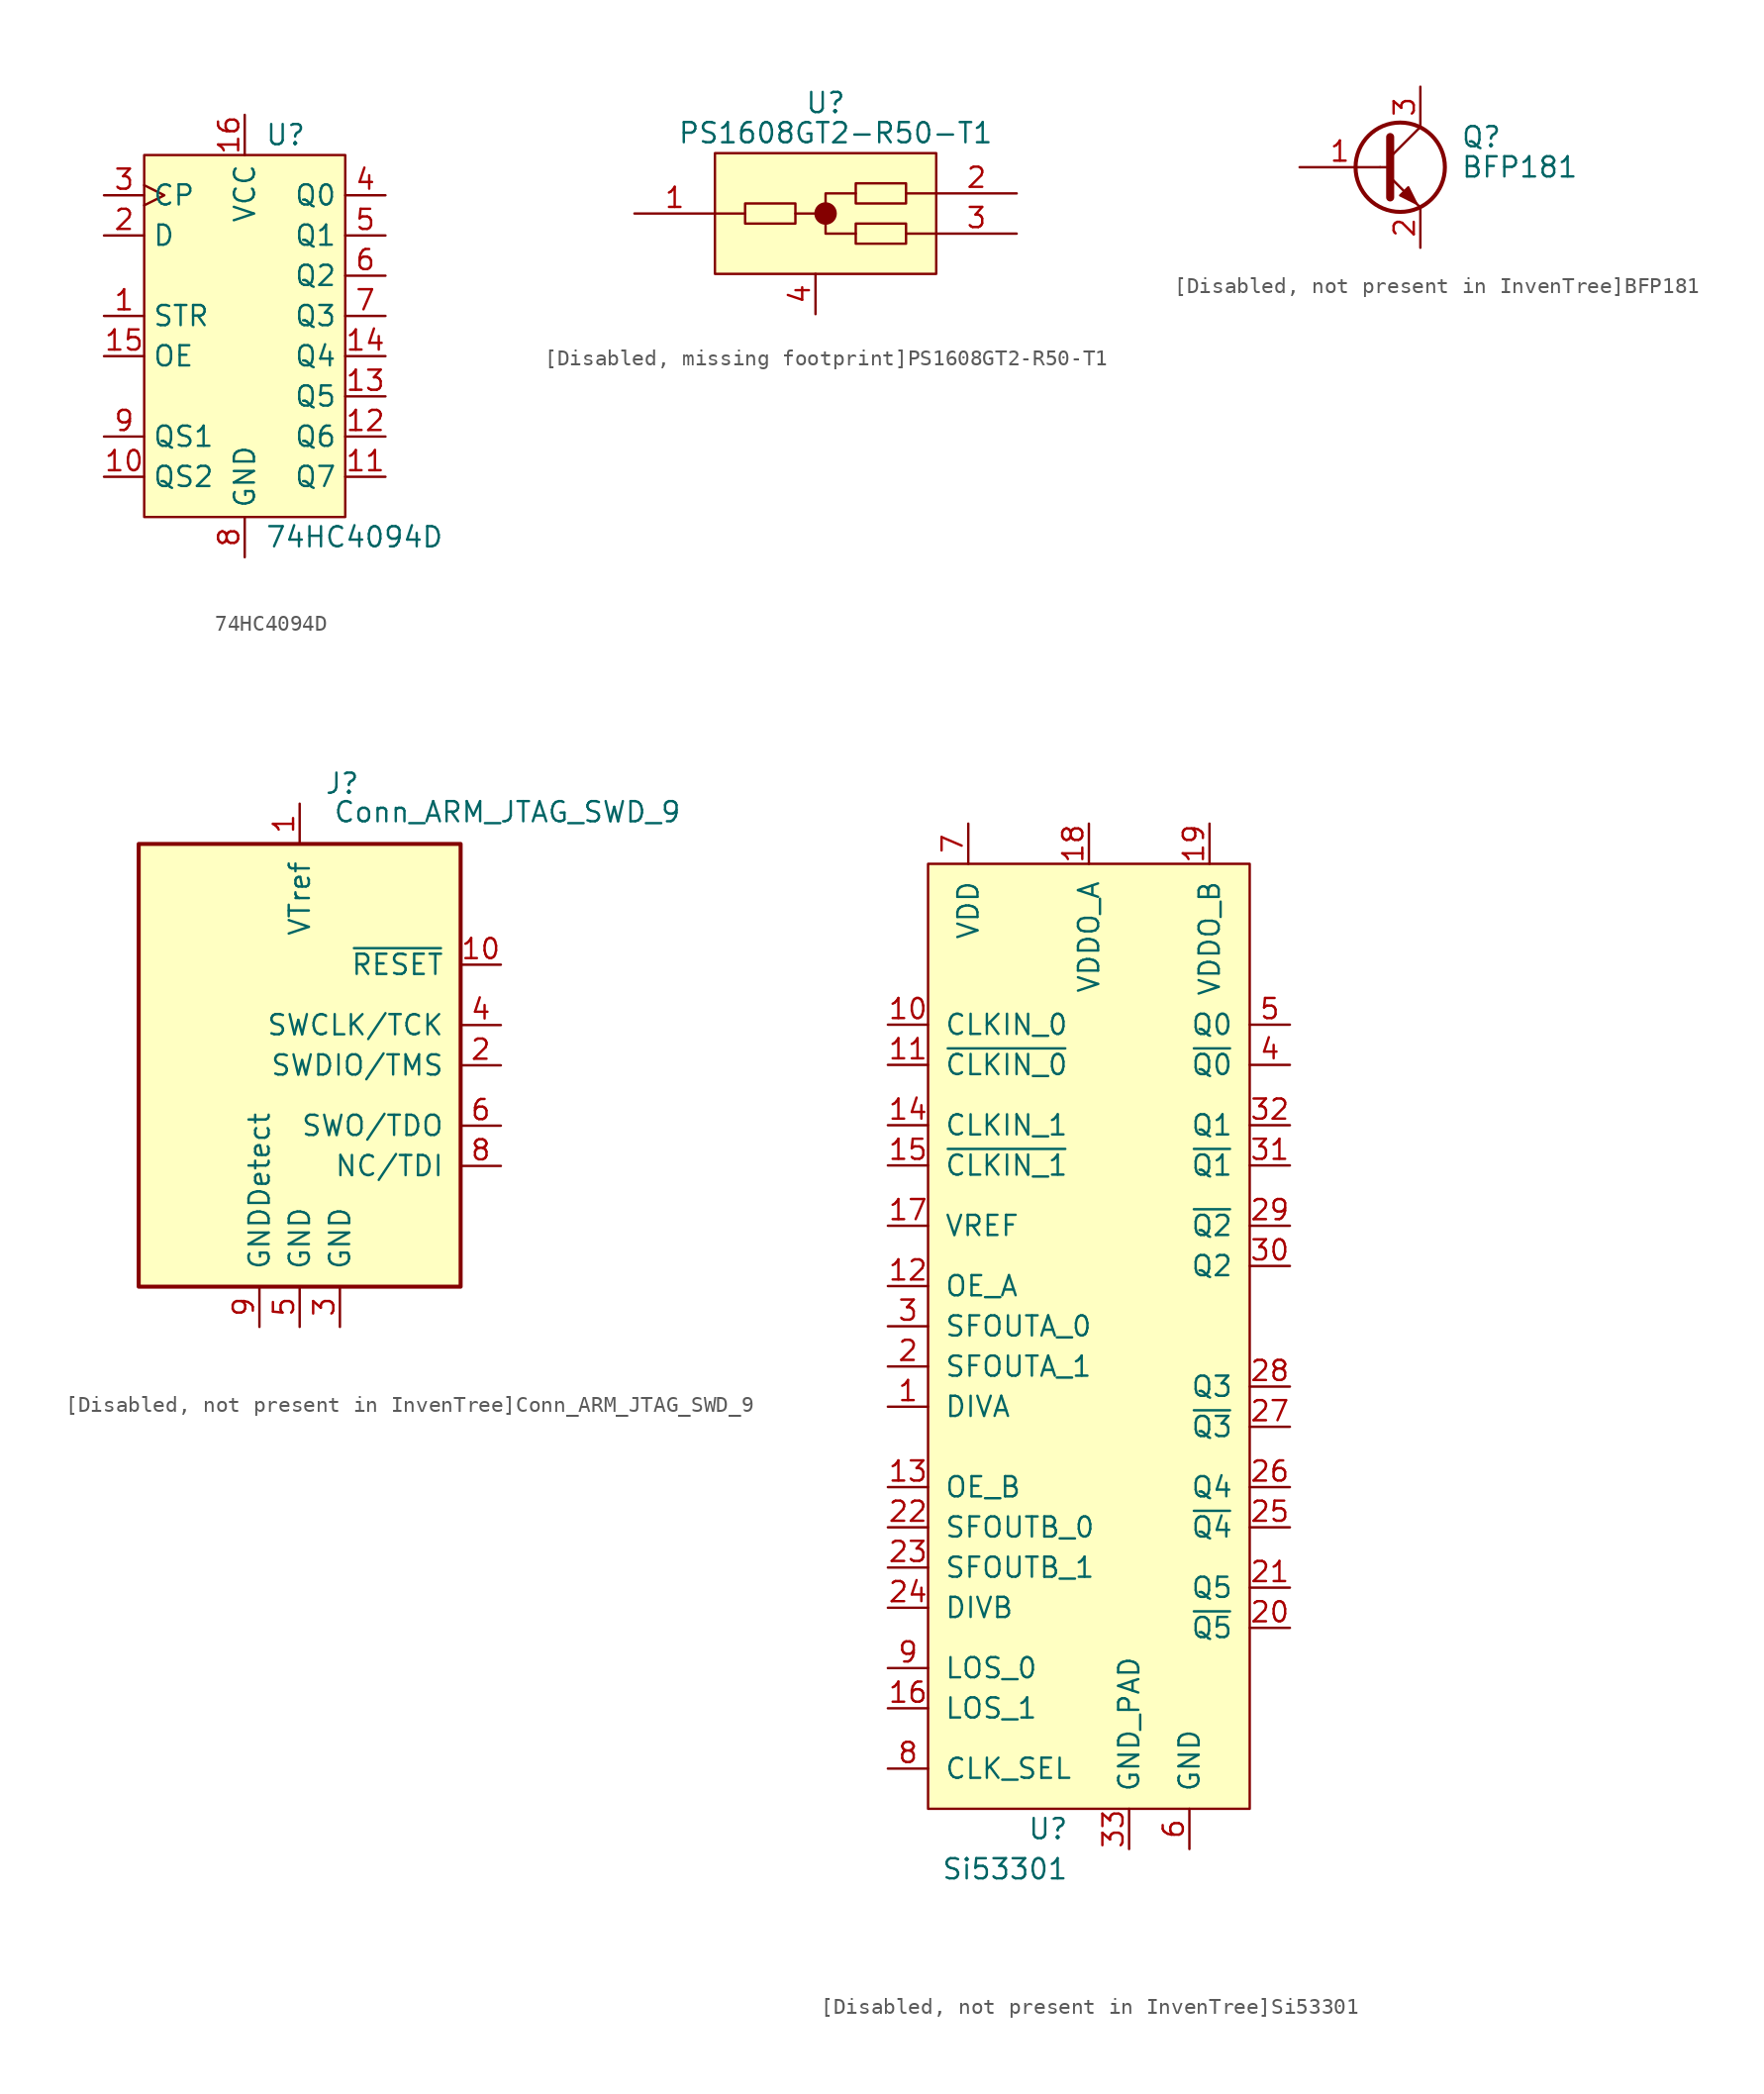
<source format=kicad_sym>
(kicad_symbol_lib
  (version 20220914)
  (generator kicad_symbol_editor)
  (symbol "74HC4094D"
    (property "Reference" "U"
      (at 1.27 12.7 0)
      (effects (font (size 1.27 1.27)) (justify left)))
    (property "Value" "74HC4094D"
      (at 1.27 -12.7 0)
      (effects (font (size 1.27 1.27)) (justify left)))
    (symbol "74HC4094D_0_1"
      (rectangle (start -6.35 11.43) (end 6.35 -11.43) (stroke (width 0.152) (type default)) (fill (type background))))
    (symbol "74HC4094D_1_1"
      (pin input line (at -8.89 1.27 0) (length 2.54) (name "STR" (effects (font (size 1.27 1.27)))) (number "1" (effects (font (size 1.27 1.27)))))
      (pin output line (at -8.89 -8.89 0) (length 2.54) (name "QS2" (effects (font (size 1.27 1.27)))) (number "10" (effects (font (size 1.27 1.27)))))
      (pin output line (at 8.89 -8.89 180) (length 2.54) (name "Q7" (effects (font (size 1.27 1.27)))) (number "11" (effects (font (size 1.27 1.27)))))
      (pin output line (at 8.89 -6.35 180) (length 2.54) (name "Q6" (effects (font (size 1.27 1.27)))) (number "12" (effects (font (size 1.27 1.27)))))
      (pin output line (at 8.89 -3.81 180) (length 2.54) (name "Q5" (effects (font (size 1.27 1.27)))) (number "13" (effects (font (size 1.27 1.27)))))
      (pin output line (at 8.89 -1.27 180) (length 2.54) (name "Q4" (effects (font (size 1.27 1.27)))) (number "14" (effects (font (size 1.27 1.27)))))
      (pin input line (at -8.89 -1.27 0) (length 2.54) (name "OE" (effects (font (size 1.27 1.27)))) (number "15" (effects (font (size 1.27 1.27)))))
      (pin power_in line (at 0 13.97 270) (length 2.54) (name "VCC" (effects (font (size 1.27 1.27)))) (number "16" (effects (font (size 1.27 1.27)))))
      (pin input line (at -8.89 6.35 0) (length 2.54) (name "D" (effects (font (size 1.27 1.27)))) (number "2" (effects (font (size 1.27 1.27)))))
      (pin input clock (at -8.89 8.89 0) (length 2.54) (name "CP" (effects (font (size 1.27 1.27)))) (number "3" (effects (font (size 1.27 1.27)))))
      (pin output line (at 8.89 8.89 180) (length 2.54) (name "Q0" (effects (font (size 1.27 1.27)))) (number "4" (effects (font (size 1.27 1.27)))))
      (pin output line (at 8.89 6.35 180) (length 2.54) (name "Q1" (effects (font (size 1.27 1.27)))) (number "5" (effects (font (size 1.27 1.27)))))
      (pin output line (at 8.89 3.81 180) (length 2.54) (name "Q2" (effects (font (size 1.27 1.27)))) (number "6" (effects (font (size 1.27 1.27)))))
      (pin output line (at 8.89 1.27 180) (length 2.54) (name "Q3" (effects (font (size 1.27 1.27)))) (number "7" (effects (font (size 1.27 1.27)))))
      (pin power_in line (at 0 -13.97 90) (length 2.54) (name "GND" (effects (font (size 1.27 1.27)))) (number "8" (effects (font (size 1.27 1.27)))))
      (pin output line (at -8.89 -6.35 0) (length 2.54) (name "QS1" (effects (font (size 1.27 1.27)))) (number "9" (effects (font (size 1.27 1.27)))))))
  (symbol "[Disabled, missing footprint]PS1608GT2-R50-T1"
    (pin_names
      (offset 0))
    (property "Reference" "U"
      (at 0.635 6.985 0)
      (effects (font (size 1.27 1.27))))
    (property "Value" "PS1608GT2-R50-T1"
      (at 1.27 5.08 0)
      (effects (font (size 1.27 1.27))))
    (symbol "[Disabled, missing footprint]PS1608GT2-R50-T1_0_1"
      (rectangle (start -6.35 3.81) (end 7.62 -3.81) (stroke (width 0) (type solid)) (fill (type background)))
      (rectangle (start -4.445 0.635) (end -1.27 -0.635) (stroke (width 0) (type solid)) (fill (type none)))
      (polyline (pts (xy -6.35 0) (xy -4.445 0)) (stroke (width 0) (type solid)) (fill (type none)))
      (polyline (pts (xy 5.715 -1.27) (xy 7.62 -1.27)) (stroke (width 0) (type solid)) (fill (type none)))
      (polyline (pts (xy 5.715 1.27) (xy 7.62 1.27)) (stroke (width 0) (type solid)) (fill (type none)))
      (polyline (pts (xy 2.54 -1.27) (xy 0.635 -1.27) (xy 0.635 0)) (stroke (width 0) (type solid)) (fill (type none)))
      (polyline (pts (xy -1.27 0) (xy 0.635 0) (xy 0.635 1.27) (xy 2.54 1.27)) (stroke (width 0) (type solid)) (fill (type none)))
      (circle (center 0.635 0) (radius 0.0001) (stroke (width 0.711) (type solid)) (fill (type none)))
      (rectangle (start 2.54 -0.635) (end 5.715 -1.905) (stroke (width 0) (type solid)) (fill (type none)))
      (rectangle (start 2.54 1.905) (end 5.715 0.635) (stroke (width 0) (type solid)) (fill (type none))))
    (symbol "[Disabled, missing footprint]PS1608GT2-R50-T1_1_1"
      (pin passive line (at -11.43 0 0) (length 5.08) (name "~" (effects (font (size 1.27 1.27)))) (number "1" (effects (font (size 1.27 1.27)))))
      (pin passive line (at 12.7 1.27 180) (length 5.08) (name "~" (effects (font (size 1.27 1.27)))) (number "2" (effects (font (size 1.27 1.27)))))
      (pin passive line (at 12.7 -1.27 180) (length 5.08) (name "~" (effects (font (size 1.27 1.27)))) (number "3" (effects (font (size 1.27 1.27)))))
      (pin passive line (at 0 -6.35 90) (length 2.54) (name "~" (effects (font (size 1.27 1.27)))) (number "4" (effects (font (size 1.27 1.27)))))))
  (symbol "[Disabled, not present in InvenTree]BFP181"
    (pin_names
      (offset 0) hide)
    (property "Reference" "Q"
      (at 5.08 1.905 0)
      (effects (font (size 1.27 1.27)) (justify left)))
    (property "Value" "BFP181"
      (at 5.08 0 0)
      (effects (font (size 1.27 1.27)) (justify left)))
    (symbol "[Disabled, not present in InvenTree]BFP181_0_1"
      (polyline (pts (xy 0 0) (xy 0.635 0)) (stroke (width 0) (type default)) (fill (type none)))
      (polyline (pts (xy 0.635 0.635) (xy 2.54 2.54)) (stroke (width 0) (type default)) (fill (type none)))
      (polyline (pts (xy 2.54 -2.54) (xy 0.635 -0.635)) (stroke (width 0) (type default)) (fill (type none)))
      (polyline (pts (xy 0.635 1.905) (xy 0.635 0) (xy 0.635 -1.905) (xy 0.635 -1.905)) (stroke (width 0.508) (type default)) (fill (type none)))
      (polyline (pts (xy 2.286 -2.286) (xy 1.778 -1.27) (xy 1.27 -1.778) (xy 2.286 -2.286) (xy 2.286 -2.286)) (stroke (width 0) (type default)) (fill (type outline)))
      (circle (center 1.27 0) (radius 2.819) (stroke (width 0.254) (type default)) (fill (type none))))
    (symbol "[Disabled, not present in InvenTree]BFP181_1_1"
      (pin input line (at -5.08 0 0) (length 5.08) (name "B" (effects (font (size 1.27 1.27)))) (number "1" (effects (font (size 1.27 1.27)))))
      (pin passive line (at 2.54 -5.08 90) (length 2.54) (name "E" (effects (font (size 1.27 1.27)))) (number "2" (effects (font (size 1.27 1.27)))))
      (pin passive line (at 2.54 5.08 270) (length 2.54) (name "C" (effects (font (size 1.27 1.27)))) (number "3" (effects (font (size 1.27 1.27)))))))
  (symbol "[Disabled, not present in InvenTree]Conn_ARM_JTAG_SWD_9"
    (pin_names
      (offset 1.016))
    (property "Reference" "J"
      (at 3.81 17.78 0)
      (effects (font (size 1.27 1.27)) (justify right)))
    (property "Value" "Conn_ARM_JTAG_SWD_9"
      (at 24.13 15.24 0)
      (effects (font (size 1.27 1.27)) (justify right bottom)))
    (symbol "[Disabled, not present in InvenTree]Conn_ARM_JTAG_SWD_9_0_1"
      (rectangle (start -10.16 13.97) (end 10.16 -13.97) (stroke (width 0.254) (type default)) (fill (type background))))
    (symbol "[Disabled, not present in InvenTree]Conn_ARM_JTAG_SWD_9_1_1"
      (pin power_in line (at 0 16.51 270) (length 2.54) (name "VTref" (effects (font (size 1.27 1.27)))) (number "1" (effects (font (size 1.27 1.27)))))
      (pin open_collector line (at 12.7 6.35 180) (length 2.54) (name "~{RESET}" (effects (font (size 1.27 1.27)))) (number "10" (effects (font (size 1.27 1.27)))))
      (pin bidirectional line (at 12.7 0 180) (length 2.54) (name "SWDIO/TMS" (effects (font (size 1.27 1.27)))) (number "2" (effects (font (size 1.27 1.27)))))
      (pin power_in line (at 2.54 -16.51 90) (length 2.54) (name "GND" (effects (font (size 1.27 1.27)))) (number "3" (effects (font (size 1.27 1.27)))))
      (pin output line (at 12.7 2.54 180) (length 2.54) (name "SWCLK/TCK" (effects (font (size 1.27 1.27)))) (number "4" (effects (font (size 1.27 1.27)))))
      (pin passive line (at 0 -16.51 90) (length 2.54) (name "GND" (effects (font (size 1.27 1.27)))) (number "5" (effects (font (size 1.27 1.27)))))
      (pin input line (at 12.7 -3.81 180) (length 2.54) (name "SWO/TDO" (effects (font (size 1.27 1.27)))) (number "6" (effects (font (size 1.27 1.27)))))
      (pin output line (at 12.7 -6.35 180) (length 2.54) (name "NC/TDI" (effects (font (size 1.27 1.27)))) (number "8" (effects (font (size 1.27 1.27)))))
      (pin passive line (at -2.54 -16.51 90) (length 2.54) (name "GNDDetect" (effects (font (size 1.27 1.27)))) (number "9" (effects (font (size 1.27 1.27)))))))
  (symbol "[Disabled, not present in InvenTree]Si53301"
    (pin_names
      (offset 1.016))
    (property "Reference" "U"
      (at -1.27 -30.48 0)
      (effects (font (size 1.27 1.27)) (justify right)))
    (property "Value" "Si53301"
      (at -1.27 -33.02 0)
      (effects (font (size 1.27 1.27)) (justify right)))
    (symbol "[Disabled, not present in InvenTree]Si53301_0_1"
      (rectangle (start -10.16 30.48) (end 10.16 -29.21) (stroke (width 0) (type default)) (fill (type background))))
    (symbol "[Disabled, not present in InvenTree]Si53301_1_1"
      (pin input line (at -12.7 -3.81 0) (length 2.54) (name "DIVA" (effects (font (size 1.27 1.27)))) (number "1" (effects (font (size 1.27 1.27)))))
      (pin input line (at -12.7 20.32 0) (length 2.54) (name "CLKIN_0" (effects (font (size 1.27 1.27)))) (number "10" (effects (font (size 1.27 1.27)))))
      (pin input line (at -12.7 17.78 0) (length 2.54) (name "~{CLKIN_0}" (effects (font (size 1.27 1.27)))) (number "11" (effects (font (size 1.27 1.27)))))
      (pin input line (at -12.7 3.81 0) (length 2.54) (name "OE_A" (effects (font (size 1.27 1.27)))) (number "12" (effects (font (size 1.27 1.27)))))
      (pin input line (at -12.7 -8.89 0) (length 2.54) (name "OE_B" (effects (font (size 1.27 1.27)))) (number "13" (effects (font (size 1.27 1.27)))))
      (pin input line (at -12.7 13.97 0) (length 2.54) (name "CLKIN_1" (effects (font (size 1.27 1.27)))) (number "14" (effects (font (size 1.27 1.27)))))
      (pin input line (at -12.7 11.43 0) (length 2.54) (name "~{CLKIN_1}" (effects (font (size 1.27 1.27)))) (number "15" (effects (font (size 1.27 1.27)))))
      (pin output line (at -12.7 -22.86 0) (length 2.54) (name "LOS_1" (effects (font (size 1.27 1.27)))) (number "16" (effects (font (size 1.27 1.27)))))
      (pin power_out line (at -12.7 7.62 0) (length 2.54) (name "VREF" (effects (font (size 1.27 1.27)))) (number "17" (effects (font (size 1.27 1.27)))))
      (pin power_in line (at 0 33.02 270) (length 2.54) (name "VDDO_A" (effects (font (size 1.27 1.27)))) (number "18" (effects (font (size 1.27 1.27)))))
      (pin power_in line (at 7.62 33.02 270) (length 2.54) (name "VDDO_B" (effects (font (size 1.27 1.27)))) (number "19" (effects (font (size 1.27 1.27)))))
      (pin input line (at -12.7 -1.27 0) (length 2.54) (name "SFOUTA_1" (effects (font (size 1.27 1.27)))) (number "2" (effects (font (size 1.27 1.27)))))
      (pin output line (at 12.7 -17.78 180) (length 2.54) (name "~{Q5}" (effects (font (size 1.27 1.27)))) (number "20" (effects (font (size 1.27 1.27)))))
      (pin output line (at 12.7 -15.24 180) (length 2.54) (name "Q5" (effects (font (size 1.27 1.27)))) (number "21" (effects (font (size 1.27 1.27)))))
      (pin input line (at -12.7 -11.43 0) (length 2.54) (name "SFOUTB_0" (effects (font (size 1.27 1.27)))) (number "22" (effects (font (size 1.27 1.27)))))
      (pin input line (at -12.7 -13.97 0) (length 2.54) (name "SFOUTB_1" (effects (font (size 1.27 1.27)))) (number "23" (effects (font (size 1.27 1.27)))))
      (pin input line (at -12.7 -16.51 0) (length 2.54) (name "DIVB" (effects (font (size 1.27 1.27)))) (number "24" (effects (font (size 1.27 1.27)))))
      (pin output line (at 12.7 -11.43 180) (length 2.54) (name "~{Q4}" (effects (font (size 1.27 1.27)))) (number "25" (effects (font (size 1.27 1.27)))))
      (pin output line (at 12.7 -8.89 180) (length 2.54) (name "Q4" (effects (font (size 1.27 1.27)))) (number "26" (effects (font (size 1.27 1.27)))))
      (pin output line (at 12.7 -5.08 180) (length 2.54) (name "~{Q3}" (effects (font (size 1.27 1.27)))) (number "27" (effects (font (size 1.27 1.27)))))
      (pin output line (at 12.7 -2.54 180) (length 2.54) (name "Q3" (effects (font (size 1.27 1.27)))) (number "28" (effects (font (size 1.27 1.27)))))
      (pin output line (at 12.7 7.62 180) (length 2.54) (name "~{Q2}" (effects (font (size 1.27 1.27)))) (number "29" (effects (font (size 1.27 1.27)))))
      (pin input line (at -12.7 1.27 0) (length 2.54) (name "SFOUTA_0" (effects (font (size 1.27 1.27)))) (number "3" (effects (font (size 1.27 1.27)))))
      (pin output line (at 12.7 5.08 180) (length 2.54) (name "Q2" (effects (font (size 1.27 1.27)))) (number "30" (effects (font (size 1.27 1.27)))))
      (pin output line (at 12.7 11.43 180) (length 2.54) (name "~{Q1}" (effects (font (size 1.27 1.27)))) (number "31" (effects (font (size 1.27 1.27)))))
      (pin output line (at 12.7 13.97 180) (length 2.54) (name "Q1" (effects (font (size 1.27 1.27)))) (number "32" (effects (font (size 1.27 1.27)))))
      (pin power_in line (at 2.54 -31.75 90) (length 2.54) (name "GND_PAD" (effects (font (size 1.27 1.27)))) (number "33" (effects (font (size 1.27 1.27)))))
      (pin output line (at 12.7 17.78 180) (length 2.54) (name "~{Q0}" (effects (font (size 1.27 1.27)))) (number "4" (effects (font (size 1.27 1.27)))))
      (pin output line (at 12.7 20.32 180) (length 2.54) (name "Q0" (effects (font (size 1.27 1.27)))) (number "5" (effects (font (size 1.27 1.27)))))
      (pin power_in line (at 6.35 -31.75 90) (length 2.54) (name "GND" (effects (font (size 1.27 1.27)))) (number "6" (effects (font (size 1.27 1.27)))))
      (pin power_in line (at -7.62 33.02 270) (length 2.54) (name "VDD" (effects (font (size 1.27 1.27)))) (number "7" (effects (font (size 1.27 1.27)))))
      (pin input line (at -12.7 -26.67 0) (length 2.54) (name "CLK_SEL" (effects (font (size 1.27 1.27)))) (number "8" (effects (font (size 1.27 1.27)))))
      (pin output line (at -12.7 -20.32 0) (length 2.54) (name "LOS_0" (effects (font (size 1.27 1.27)))) (number "9" (effects (font (size 1.27 1.27))))))))
</source>
